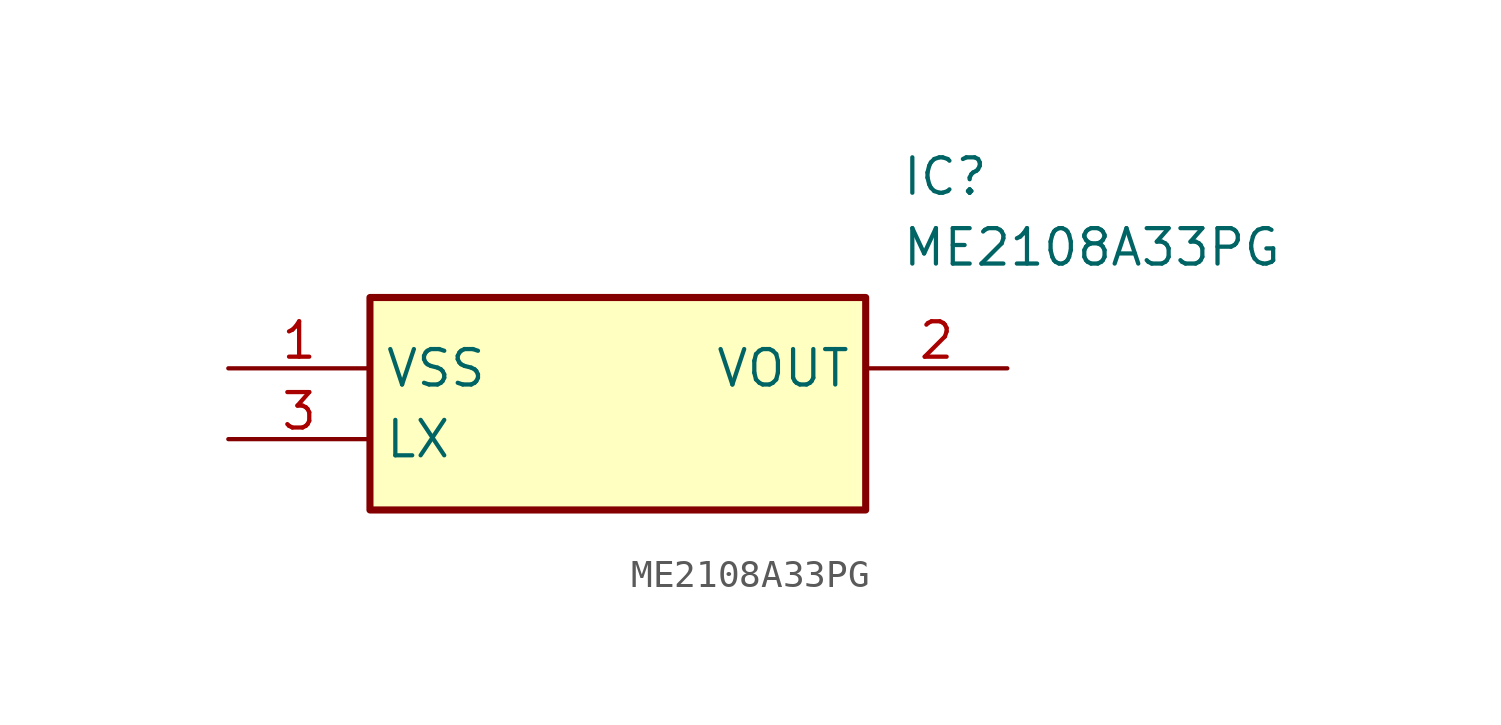
<source format=kicad_sym>
(kicad_symbol_lib
  (version 20220914)
  (generator kicad_symbol_editor)
  (symbol "ME2108A33PG"
    (property "Reference" "IC"
      (at 24.13 7.62 0)
      (effects (font (size 1.27 1.27)) (justify left top)))
    (property "Value" "ME2108A33PG"
      (at 24.13 5.08 0)
      (effects (font (size 1.27 1.27)) (justify left top)))
    (symbol "ME2108A33PG_1_1"
      (rectangle (start 5.08 2.54) (end 22.86 -5.08) (stroke (width 0.254) (type default)) (fill (type background)))
      (pin passive line (at 0 0 0) (length 5.08) (name "VSS" (effects (font (size 1.27 1.27)))) (number "1" (effects (font (size 1.27 1.27)))))
      (pin passive line (at 27.94 0 180) (length 5.08) (name "VOUT" (effects (font (size 1.27 1.27)))) (number "2" (effects (font (size 1.27 1.27)))))
      (pin passive line (at 0 -2.54 0) (length 5.08) (name "LX" (effects (font (size 1.27 1.27)))) (number "3" (effects (font (size 1.27 1.27))))))))
</source>
